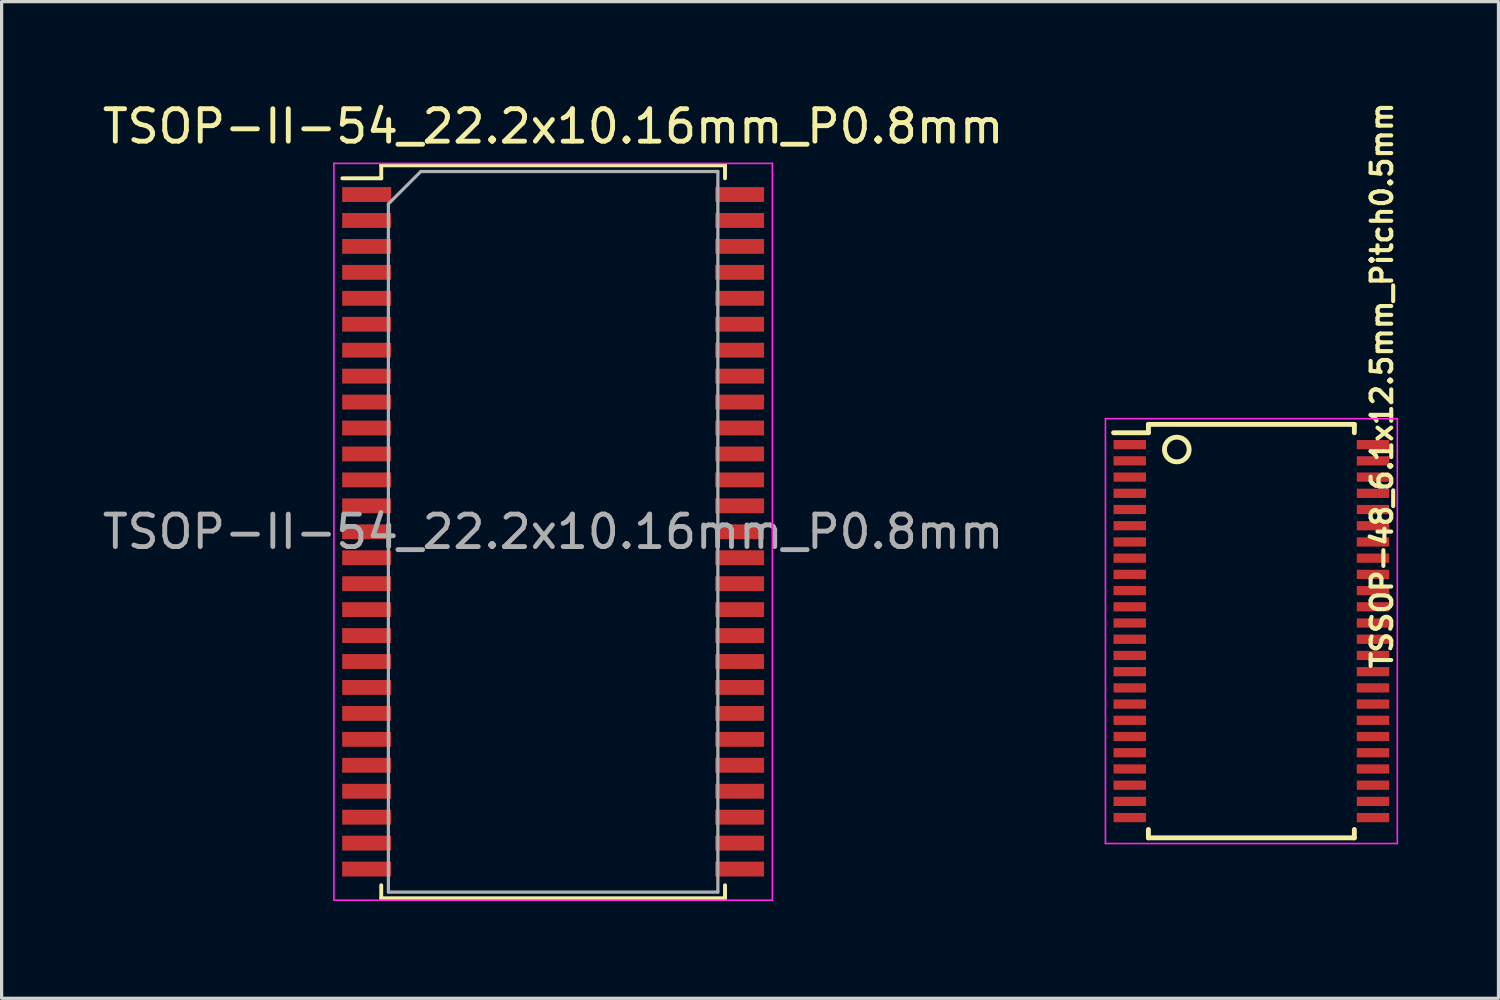
<source format=kicad_pcb>
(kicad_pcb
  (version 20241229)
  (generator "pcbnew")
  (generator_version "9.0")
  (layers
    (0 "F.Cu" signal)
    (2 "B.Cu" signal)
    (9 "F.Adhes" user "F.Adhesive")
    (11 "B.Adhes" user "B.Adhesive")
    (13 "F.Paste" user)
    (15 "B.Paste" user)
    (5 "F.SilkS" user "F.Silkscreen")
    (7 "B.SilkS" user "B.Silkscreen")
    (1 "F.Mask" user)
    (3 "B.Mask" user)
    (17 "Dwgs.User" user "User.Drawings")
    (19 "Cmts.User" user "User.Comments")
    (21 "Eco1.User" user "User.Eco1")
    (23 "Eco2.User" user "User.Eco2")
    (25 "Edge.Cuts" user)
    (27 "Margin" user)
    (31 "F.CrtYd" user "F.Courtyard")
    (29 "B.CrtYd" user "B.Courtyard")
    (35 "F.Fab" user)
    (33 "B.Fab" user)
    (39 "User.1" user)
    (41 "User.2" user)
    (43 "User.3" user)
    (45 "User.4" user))
  (footprint "TSOP-II-54_22.2x10.16mm_P0.8mm"
    (layer "F.Cu")
    (at 14.006 13.348)
    (property "Reference" "TSOP-II-54_22.2x10.16mm_P0.8mm" (at 0 -12.5 0) (layer "F.SilkS") (effects (font (size 1 1) (thickness 0.15))))
    (attr smd)
    (fp_line (start -6.5 -10.9) (end -5.3 -10.9) (stroke (width 0.12) (type solid)) (layer "F.SilkS"))
    (fp_line (start -5.3 -11.3) (end 5.3 -11.3) (stroke (width 0.12) (type solid)) (layer "F.SilkS"))
    (fp_line (start -5.3 -10.9) (end -5.3 -11.3) (stroke (width 0.12) (type solid)) (layer "F.SilkS"))
    (fp_line (start -5.3 10.9) (end -5.3 11.3) (stroke (width 0.12) (type solid)) (layer "F.SilkS"))
    (fp_line (start -5.3 11.3) (end 5.3 11.3) (stroke (width 0.12) (type solid)) (layer "F.SilkS"))
    (fp_line (start 5.3 -11.3) (end 5.3 -10.9) (stroke (width 0.12) (type solid)) (layer "F.SilkS"))
    (fp_line (start 5.3 10.9) (end 5.3 11.3) (stroke (width 0.12) (type solid)) (layer "F.SilkS"))
    (fp_line (start -6.76 -11.36) (end -6.76 11.36) (stroke (width 0.05) (type solid)) (layer "F.CrtYd"))
    (fp_line (start -6.76 -11.36) (end 6.76 -11.36) (stroke (width 0.05) (type solid)) (layer "F.CrtYd"))
    (fp_line (start 6.76 -11.36) (end 6.76 11.36) (stroke (width 0.05) (type solid)) (layer "F.CrtYd"))
    (fp_line (start 6.76 11.36) (end -6.76 11.36) (stroke (width 0.05) (type solid)) (layer "F.CrtYd"))
    (fp_line (start -5.08 11.11) (end -5.08 -10.11) (stroke (width 0.1) (type solid)) (layer "F.Fab"))
    (fp_line (start -4.08 -11.11) (end -5.08 -10.11) (stroke (width 0.1) (type solid)) (layer "F.Fab"))
    (fp_line (start -4.08 -11.11) (end 5.08 -11.11) (stroke (width 0.1) (type solid)) (layer "F.Fab"))
    (fp_line (start 5.08 -11.11) (end 5.08 11.11) (stroke (width 0.1) (type solid)) (layer "F.Fab"))
    (fp_line (start 5.08 11.11) (end -5.08 11.11) (stroke (width 0.1) (type solid)) (layer "F.Fab"))
    (fp_text user "${REFERENCE}" (at 0 0 0) (layer "F.Fab") (effects (font (size 1 1) (thickness 0.15))))
    (pad "1" smd rect (at -5.75 -10.4) (size 1.51 0.458) (layers "F.Cu" "F.Mask" "F.Paste"))
    (pad "2" smd rect (at -5.75 -9.6) (size 1.51 0.458) (layers "F.Cu" "F.Mask" "F.Paste"))
    (pad "3" smd rect (at -5.75 -8.8) (size 1.51 0.458) (layers "F.Cu" "F.Mask" "F.Paste"))
    (pad "4" smd rect (at -5.75 -8) (size 1.51 0.458) (layers "F.Cu" "F.Mask" "F.Paste"))
    (pad "5" smd rect (at -5.75 -7.2) (size 1.51 0.458) (layers "F.Cu" "F.Mask" "F.Paste"))
    (pad "6" smd rect (at -5.75 -6.4) (size 1.51 0.458) (layers "F.Cu" "F.Mask" "F.Paste"))
    (pad "7" smd rect (at -5.75 -5.6) (size 1.51 0.458) (layers "F.Cu" "F.Mask" "F.Paste"))
    (pad "8" smd rect (at -5.75 -4.8) (size 1.51 0.458) (layers "F.Cu" "F.Mask" "F.Paste"))
    (pad "9" smd rect (at -5.75 -4) (size 1.51 0.458) (layers "F.Cu" "F.Mask" "F.Paste"))
    (pad "10" smd rect (at -5.75 -3.2) (size 1.51 0.458) (layers "F.Cu" "F.Mask" "F.Paste"))
    (pad "11" smd rect (at -5.75 -2.4) (size 1.51 0.458) (layers "F.Cu" "F.Mask" "F.Paste"))
    (pad "12" smd rect (at -5.75 -1.6) (size 1.51 0.458) (layers "F.Cu" "F.Mask" "F.Paste"))
    (pad "13" smd rect (at -5.75 -0.8) (size 1.51 0.458) (layers "F.Cu" "F.Mask" "F.Paste"))
    (pad "14" smd rect (at -5.75 0) (size 1.51 0.458) (layers "F.Cu" "F.Mask" "F.Paste"))
    (pad "15" smd rect (at -5.75 0.8) (size 1.51 0.458) (layers "F.Cu" "F.Mask" "F.Paste"))
    (pad "16" smd rect (at -5.75 1.6) (size 1.51 0.458) (layers "F.Cu" "F.Mask" "F.Paste"))
    (pad "17" smd rect (at -5.75 2.4) (size 1.51 0.458) (layers "F.Cu" "F.Mask" "F.Paste"))
    (pad "18" smd rect (at -5.75 3.2) (size 1.51 0.458) (layers "F.Cu" "F.Mask" "F.Paste"))
    (pad "19" smd rect (at -5.75 4) (size 1.51 0.458) (layers "F.Cu" "F.Mask" "F.Paste"))
    (pad "20" smd rect (at -5.75 4.8) (size 1.51 0.458) (layers "F.Cu" "F.Mask" "F.Paste"))
    (pad "21" smd rect (at -5.75 5.6) (size 1.51 0.458) (layers "F.Cu" "F.Mask" "F.Paste"))
    (pad "22" smd rect (at -5.75 6.4) (size 1.51 0.458) (layers "F.Cu" "F.Mask" "F.Paste"))
    (pad "23" smd rect (at -5.75 7.2) (size 1.51 0.458) (layers "F.Cu" "F.Mask" "F.Paste"))
    (pad "24" smd rect (at -5.75 8) (size 1.51 0.458) (layers "F.Cu" "F.Mask" "F.Paste"))
    (pad "25" smd rect (at -5.75 8.8) (size 1.51 0.458) (layers "F.Cu" "F.Mask" "F.Paste"))
    (pad "26" smd rect (at -5.75 9.6) (size 1.51 0.458) (layers "F.Cu" "F.Mask" "F.Paste"))
    (pad "27" smd rect (at -5.75 10.4) (size 1.51 0.458) (layers "F.Cu" "F.Mask" "F.Paste"))
    (pad "28" smd rect (at 5.75 10.4) (size 1.51 0.458) (layers "F.Cu" "F.Mask" "F.Paste"))
    (pad "29" smd rect (at 5.75 9.6) (size 1.51 0.458) (layers "F.Cu" "F.Mask" "F.Paste"))
    (pad "30" smd rect (at 5.75 8.8) (size 1.51 0.458) (layers "F.Cu" "F.Mask" "F.Paste"))
    (pad "31" smd rect (at 5.75 8) (size 1.51 0.458) (layers "F.Cu" "F.Mask" "F.Paste"))
    (pad "32" smd rect (at 5.75 7.2) (size 1.51 0.458) (layers "F.Cu" "F.Mask" "F.Paste"))
    (pad "33" smd rect (at 5.75 6.4) (size 1.51 0.458) (layers "F.Cu" "F.Mask" "F.Paste"))
    (pad "34" smd rect (at 5.75 5.6) (size 1.51 0.458) (layers "F.Cu" "F.Mask" "F.Paste"))
    (pad "35" smd rect (at 5.75 4.8) (size 1.51 0.458) (layers "F.Cu" "F.Mask" "F.Paste"))
    (pad "36" smd rect (at 5.75 4) (size 1.51 0.458) (layers "F.Cu" "F.Mask" "F.Paste"))
    (pad "37" smd rect (at 5.75 3.2) (size 1.51 0.458) (layers "F.Cu" "F.Mask" "F.Paste"))
    (pad "38" smd rect (at 5.75 2.4) (size 1.51 0.458) (layers "F.Cu" "F.Mask" "F.Paste"))
    (pad "39" smd rect (at 5.75 1.6) (size 1.51 0.458) (layers "F.Cu" "F.Mask" "F.Paste"))
    (pad "40" smd rect (at 5.75 0.8) (size 1.51 0.458) (layers "F.Cu" "F.Mask" "F.Paste"))
    (pad "41" smd rect (at 5.75 0) (size 1.51 0.458) (layers "F.Cu" "F.Mask" "F.Paste"))
    (pad "42" smd rect (at 5.75 -0.8) (size 1.51 0.458) (layers "F.Cu" "F.Mask" "F.Paste"))
    (pad "43" smd rect (at 5.75 -1.6) (size 1.51 0.458) (layers "F.Cu" "F.Mask" "F.Paste"))
    (pad "44" smd rect (at 5.75 -2.4) (size 1.51 0.458) (layers "F.Cu" "F.Mask" "F.Paste"))
    (pad "45" smd rect (at 5.75 -3.2) (size 1.51 0.458) (layers "F.Cu" "F.Mask" "F.Paste"))
    (pad "46" smd rect (at 5.75 -4) (size 1.51 0.458) (layers "F.Cu" "F.Mask" "F.Paste"))
    (pad "47" smd rect (at 5.75 -4.8) (size 1.51 0.458) (layers "F.Cu" "F.Mask" "F.Paste"))
    (pad "48" smd rect (at 5.75 -5.6) (size 1.51 0.458) (layers "F.Cu" "F.Mask" "F.Paste"))
    (pad "49" smd rect (at 5.75 -6.4) (size 1.51 0.458) (layers "F.Cu" "F.Mask" "F.Paste"))
    (pad "50" smd rect (at 5.75 -7.2) (size 1.51 0.458) (layers "F.Cu" "F.Mask" "F.Paste"))
    (pad "51" smd rect (at 5.75 -8) (size 1.51 0.458) (layers "F.Cu" "F.Mask" "F.Paste"))
    (pad "52" smd rect (at 5.75 -8.8) (size 1.51 0.458) (layers "F.Cu" "F.Mask" "F.Paste"))
    (pad "53" smd rect (at 5.75 -9.6) (size 1.51 0.458) (layers "F.Cu" "F.Mask" "F.Paste"))
    (pad "54" smd rect (at 5.75 -10.4) (size 1.51 0.458) (layers "F.Cu" "F.Mask" "F.Paste")))
  (footprint "TSSOP-48_6.1x12.5mm_Pitch0.5mm"
    (layer "F.Cu")
    (at 35.537 16.411)
    (property "Reference" "TSSOP-48_6.1x12.5mm_Pitch0.5mm" (at 4.025 -7.575 90) (layer "F.SilkS") (effects (font (size 0.635 0.635) (thickness 0.127))))
    (attr smd)
    (fp_line (start -3.175 -6.375) (end -3.175 -6.117) (stroke (width 0.15) (type solid)) (layer "F.SilkS"))
    (fp_line (start -3.175 -6.375) (end 3.175 -6.375) (stroke (width 0.15) (type solid)) (layer "F.SilkS"))
    (fp_line (start -3.175 -6.117) (end -4.25 -6.117) (stroke (width 0.15) (type solid)) (layer "F.SilkS"))
    (fp_line (start -3.175 6.375) (end -3.175 6.117) (stroke (width 0.15) (type solid)) (layer "F.SilkS"))
    (fp_line (start -3.175 6.375) (end 3.175 6.375) (stroke (width 0.15) (type solid)) (layer "F.SilkS"))
    (fp_line (start 3.175 -6.375) (end 3.175 -6.117) (stroke (width 0.15) (type solid)) (layer "F.SilkS"))
    (fp_line (start 3.175 6.375) (end 3.175 6.117) (stroke (width 0.15) (type solid)) (layer "F.SilkS"))
    (fp_circle (center -2.3 -5.6) (end -1.95 -5.45) (stroke (width 0.15) (type solid)) (fill no) (layer "F.SilkS"))
    (fp_line (start -4.5 -6.55) (end -4.5 6.55) (stroke (width 0.05) (type solid)) (layer "F.CrtYd"))
    (fp_line (start -4.5 -6.55) (end 4.5 -6.55) (stroke (width 0.05) (type solid)) (layer "F.CrtYd"))
    (fp_line (start -4.5 6.55) (end 4.5 6.55) (stroke (width 0.05) (type solid)) (layer "F.CrtYd"))
    (fp_line (start 4.5 -6.55) (end 4.5 6.55) (stroke (width 0.05) (type solid)) (layer "F.CrtYd"))
    (pad "1" smd rect (at -3.75 -5.75) (size 1 0.285) (layers "F.Cu" "F.Mask" "F.Paste"))
    (pad "2" smd rect (at -3.75 -5.25) (size 1 0.285) (layers "F.Cu" "F.Mask" "F.Paste"))
    (pad "3" smd rect (at -3.75 -4.75) (size 1 0.285) (layers "F.Cu" "F.Mask" "F.Paste"))
    (pad "4" smd rect (at -3.75 -4.25) (size 1 0.285) (layers "F.Cu" "F.Mask" "F.Paste"))
    (pad "5" smd rect (at -3.75 -3.75) (size 1 0.285) (layers "F.Cu" "F.Mask" "F.Paste"))
    (pad "6" smd rect (at -3.75 -3.25) (size 1 0.285) (layers "F.Cu" "F.Mask" "F.Paste"))
    (pad "7" smd rect (at -3.75 -2.75) (size 1 0.285) (layers "F.Cu" "F.Mask" "F.Paste"))
    (pad "8" smd rect (at -3.75 -2.25) (size 1 0.285) (layers "F.Cu" "F.Mask" "F.Paste"))
    (pad "9" smd rect (at -3.75 -1.75) (size 1 0.285) (layers "F.Cu" "F.Mask" "F.Paste"))
    (pad "10" smd rect (at -3.75 -1.25) (size 1 0.285) (layers "F.Cu" "F.Mask" "F.Paste"))
    (pad "11" smd rect (at -3.75 -0.75) (size 1 0.285) (layers "F.Cu" "F.Mask" "F.Paste"))
    (pad "12" smd rect (at -3.75 -0.25) (size 1 0.285) (layers "F.Cu" "F.Mask" "F.Paste"))
    (pad "13" smd rect (at -3.75 0.25) (size 1 0.285) (layers "F.Cu" "F.Mask" "F.Paste"))
    (pad "14" smd rect (at -3.75 0.75) (size 1 0.285) (layers "F.Cu" "F.Mask" "F.Paste"))
    (pad "15" smd rect (at -3.75 1.25) (size 1 0.285) (layers "F.Cu" "F.Mask" "F.Paste"))
    (pad "16" smd rect (at -3.75 1.75) (size 1 0.285) (layers "F.Cu" "F.Mask" "F.Paste"))
    (pad "17" smd rect (at -3.75 2.25) (size 1 0.285) (layers "F.Cu" "F.Mask" "F.Paste"))
    (pad "18" smd rect (at -3.75 2.75) (size 1 0.285) (layers "F.Cu" "F.Mask" "F.Paste"))
    (pad "19" smd rect (at -3.75 3.25) (size 1 0.285) (layers "F.Cu" "F.Mask" "F.Paste"))
    (pad "20" smd rect (at -3.75 3.75) (size 1 0.285) (layers "F.Cu" "F.Mask" "F.Paste"))
    (pad "21" smd rect (at -3.75 4.25) (size 1 0.285) (layers "F.Cu" "F.Mask" "F.Paste"))
    (pad "22" smd rect (at -3.75 4.75) (size 1 0.285) (layers "F.Cu" "F.Mask" "F.Paste"))
    (pad "23" smd rect (at -3.75 5.25) (size 1 0.285) (layers "F.Cu" "F.Mask" "F.Paste"))
    (pad "24" smd rect (at -3.75 5.75) (size 1 0.285) (layers "F.Cu" "F.Mask" "F.Paste"))
    (pad "25" smd rect (at 3.75 5.75) (size 1 0.285) (layers "F.Cu" "F.Mask" "F.Paste"))
    (pad "26" smd rect (at 3.75 5.25) (size 1 0.285) (layers "F.Cu" "F.Mask" "F.Paste"))
    (pad "27" smd rect (at 3.75 4.75) (size 1 0.285) (layers "F.Cu" "F.Mask" "F.Paste"))
    (pad "28" smd rect (at 3.75 4.25) (size 1 0.285) (layers "F.Cu" "F.Mask" "F.Paste"))
    (pad "29" smd rect (at 3.75 3.75) (size 1 0.285) (layers "F.Cu" "F.Mask" "F.Paste"))
    (pad "30" smd rect (at 3.75 3.25) (size 1 0.285) (layers "F.Cu" "F.Mask" "F.Paste"))
    (pad "31" smd rect (at 3.75 2.75) (size 1 0.285) (layers "F.Cu" "F.Mask" "F.Paste"))
    (pad "32" smd rect (at 3.75 2.25) (size 1 0.285) (layers "F.Cu" "F.Mask" "F.Paste"))
    (pad "33" smd rect (at 3.75 1.75) (size 1 0.285) (layers "F.Cu" "F.Mask" "F.Paste"))
    (pad "34" smd rect (at 3.75 1.25) (size 1 0.285) (layers "F.Cu" "F.Mask" "F.Paste"))
    (pad "35" smd rect (at 3.75 0.75) (size 1 0.285) (layers "F.Cu" "F.Mask" "F.Paste"))
    (pad "36" smd rect (at 3.75 0.25) (size 1 0.285) (layers "F.Cu" "F.Mask" "F.Paste"))
    (pad "37" smd rect (at 3.75 -0.25) (size 1 0.285) (layers "F.Cu" "F.Mask" "F.Paste"))
    (pad "38" smd rect (at 3.75 -0.75) (size 1 0.285) (layers "F.Cu" "F.Mask" "F.Paste"))
    (pad "39" smd rect (at 3.75 -1.25) (size 1 0.285) (layers "F.Cu" "F.Mask" "F.Paste"))
    (pad "40" smd rect (at 3.75 -1.75) (size 1 0.285) (layers "F.Cu" "F.Mask" "F.Paste"))
    (pad "41" smd rect (at 3.75 -2.25) (size 1 0.285) (layers "F.Cu" "F.Mask" "F.Paste"))
    (pad "42" smd rect (at 3.75 -2.75) (size 1 0.285) (layers "F.Cu" "F.Mask" "F.Paste"))
    (pad "43" smd rect (at 3.75 -3.25) (size 1 0.285) (layers "F.Cu" "F.Mask" "F.Paste"))
    (pad "44" smd rect (at 3.75 -3.75) (size 1 0.285) (layers "F.Cu" "F.Mask" "F.Paste"))
    (pad "45" smd rect (at 3.75 -4.25) (size 1 0.285) (layers "F.Cu" "F.Mask" "F.Paste"))
    (pad "46" smd rect (at 3.75 -4.75) (size 1 0.285) (layers "F.Cu" "F.Mask" "F.Paste"))
    (pad "47" smd rect (at 3.75 -5.25) (size 1 0.285) (layers "F.Cu" "F.Mask" "F.Paste"))
    (pad "48" smd rect (at 3.75 -5.75) (size 1 0.285) (layers "F.Cu" "F.Mask" "F.Paste")))
  (gr_rect
    (start -3 -3)
    (end 43.156 27.733)
    (stroke (width 0.1) (type default))
    (fill no)
    (layer "Edge.Cuts")))
</source>
